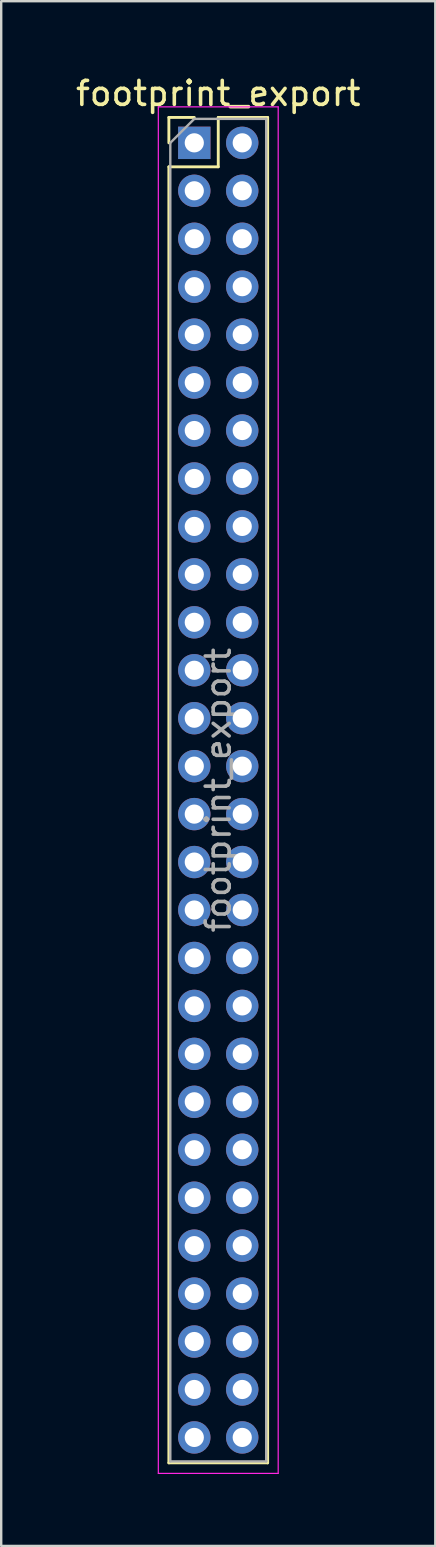
<source format=kicad_pcb>
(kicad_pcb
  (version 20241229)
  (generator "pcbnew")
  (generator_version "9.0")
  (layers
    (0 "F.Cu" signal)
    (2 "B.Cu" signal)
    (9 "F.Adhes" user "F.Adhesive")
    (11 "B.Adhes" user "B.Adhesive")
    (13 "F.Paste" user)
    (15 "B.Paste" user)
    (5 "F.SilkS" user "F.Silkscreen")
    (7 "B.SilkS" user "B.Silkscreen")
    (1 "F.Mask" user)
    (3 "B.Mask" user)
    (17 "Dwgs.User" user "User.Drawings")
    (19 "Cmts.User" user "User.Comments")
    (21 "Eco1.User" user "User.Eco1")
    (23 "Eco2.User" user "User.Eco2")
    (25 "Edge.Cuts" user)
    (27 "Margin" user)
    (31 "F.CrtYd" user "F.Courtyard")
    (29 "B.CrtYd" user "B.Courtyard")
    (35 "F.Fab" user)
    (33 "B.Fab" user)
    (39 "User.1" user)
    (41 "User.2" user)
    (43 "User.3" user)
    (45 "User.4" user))
  (footprint "footprint_export"
    (layer "F.Cu")
    (at 5.054 2.908)
    (property "Reference" "footprint_export" (at 1 -2.06 0) (layer "F.SilkS") (effects (font (size 1 1) (thickness 0.15))))
    (attr through_hole)
    (fp_line (start -1.06 -1.06) (end 0 -1.06) (stroke (width 0.12) (type solid)) (layer "F.SilkS"))
    (fp_line (start -1.06 0) (end -1.06 -1.06) (stroke (width 0.12) (type solid)) (layer "F.SilkS"))
    (fp_line (start -1.06 1) (end -1.06 55.06) (stroke (width 0.12) (type solid)) (layer "F.SilkS"))
    (fp_line (start -1.06 1) (end 1 1) (stroke (width 0.12) (type solid)) (layer "F.SilkS"))
    (fp_line (start -1.06 55.06) (end 3.06 55.06) (stroke (width 0.12) (type solid)) (layer "F.SilkS"))
    (fp_line (start 1 -1.06) (end 3.06 -1.06) (stroke (width 0.12) (type solid)) (layer "F.SilkS"))
    (fp_line (start 1 1) (end 1 -1.06) (stroke (width 0.12) (type solid)) (layer "F.SilkS"))
    (fp_line (start 3.06 -1.06) (end 3.06 55.06) (stroke (width 0.12) (type solid)) (layer "F.SilkS"))
    (fp_line (start -1.5 -1.5) (end -1.5 55.5) (stroke (width 0.05) (type solid)) (layer "F.CrtYd"))
    (fp_line (start -1.5 55.5) (end 3.5 55.5) (stroke (width 0.05) (type solid)) (layer "F.CrtYd"))
    (fp_line (start 3.5 -1.5) (end -1.5 -1.5) (stroke (width 0.05) (type solid)) (layer "F.CrtYd"))
    (fp_line (start 3.5 55.5) (end 3.5 -1.5) (stroke (width 0.05) (type solid)) (layer "F.CrtYd"))
    (fp_line (start -1 0) (end 0 -1) (stroke (width 0.1) (type solid)) (layer "F.Fab"))
    (fp_line (start -1 55) (end -1 0) (stroke (width 0.1) (type solid)) (layer "F.Fab"))
    (fp_line (start 0 -1) (end 3 -1) (stroke (width 0.1) (type solid)) (layer "F.Fab"))
    (fp_line (start 3 -1) (end 3 55) (stroke (width 0.1) (type solid)) (layer "F.Fab"))
    (fp_line (start 3 55) (end -1 55) (stroke (width 0.1) (type solid)) (layer "F.Fab"))
    (fp_text user "${REFERENCE}" (at 1 27 90) (layer "F.Fab") (effects (font (size 1 1) (thickness 0.15))))
    (pad "1" thru_hole rect (at 0 0) (size 1.35 1.35) (drill 0.8) (layers "*.Cu" "*.Mask"))
    (pad "2" thru_hole oval (at 2 0) (size 1.35 1.35) (drill 0.8) (layers "*.Cu" "*.Mask"))
    (pad "3" thru_hole oval (at 0 2) (size 1.35 1.35) (drill 0.8) (layers "*.Cu" "*.Mask"))
    (pad "4" thru_hole oval (at 2 2) (size 1.35 1.35) (drill 0.8) (layers "*.Cu" "*.Mask"))
    (pad "5" thru_hole oval (at 0 4) (size 1.35 1.35) (drill 0.8) (layers "*.Cu" "*.Mask"))
    (pad "6" thru_hole oval (at 2 4) (size 1.35 1.35) (drill 0.8) (layers "*.Cu" "*.Mask"))
    (pad "7" thru_hole oval (at 0 6) (size 1.35 1.35) (drill 0.8) (layers "*.Cu" "*.Mask"))
    (pad "8" thru_hole oval (at 2 6) (size 1.35 1.35) (drill 0.8) (layers "*.Cu" "*.Mask"))
    (pad "9" thru_hole oval (at 0 8) (size 1.35 1.35) (drill 0.8) (layers "*.Cu" "*.Mask"))
    (pad "10" thru_hole oval (at 2 8) (size 1.35 1.35) (drill 0.8) (layers "*.Cu" "*.Mask"))
    (pad "11" thru_hole oval (at 0 10) (size 1.35 1.35) (drill 0.8) (layers "*.Cu" "*.Mask"))
    (pad "12" thru_hole oval (at 2 10) (size 1.35 1.35) (drill 0.8) (layers "*.Cu" "*.Mask"))
    (pad "13" thru_hole oval (at 0 12) (size 1.35 1.35) (drill 0.8) (layers "*.Cu" "*.Mask"))
    (pad "14" thru_hole oval (at 2 12) (size 1.35 1.35) (drill 0.8) (layers "*.Cu" "*.Mask"))
    (pad "15" thru_hole oval (at 0 14) (size 1.35 1.35) (drill 0.8) (layers "*.Cu" "*.Mask"))
    (pad "16" thru_hole oval (at 2 14) (size 1.35 1.35) (drill 0.8) (layers "*.Cu" "*.Mask"))
    (pad "17" thru_hole oval (at 0 16) (size 1.35 1.35) (drill 0.8) (layers "*.Cu" "*.Mask"))
    (pad "18" thru_hole oval (at 2 16) (size 1.35 1.35) (drill 0.8) (layers "*.Cu" "*.Mask"))
    (pad "19" thru_hole oval (at 0 18) (size 1.35 1.35) (drill 0.8) (layers "*.Cu" "*.Mask"))
    (pad "20" thru_hole oval (at 2 18) (size 1.35 1.35) (drill 0.8) (layers "*.Cu" "*.Mask"))
    (pad "21" thru_hole oval (at 0 20) (size 1.35 1.35) (drill 0.8) (layers "*.Cu" "*.Mask"))
    (pad "22" thru_hole oval (at 2 20) (size 1.35 1.35) (drill 0.8) (layers "*.Cu" "*.Mask"))
    (pad "23" thru_hole oval (at 0 22) (size 1.35 1.35) (drill 0.8) (layers "*.Cu" "*.Mask"))
    (pad "24" thru_hole oval (at 2 22) (size 1.35 1.35) (drill 0.8) (layers "*.Cu" "*.Mask"))
    (pad "25" thru_hole oval (at 0 24) (size 1.35 1.35) (drill 0.8) (layers "*.Cu" "*.Mask"))
    (pad "26" thru_hole oval (at 2 24) (size 1.35 1.35) (drill 0.8) (layers "*.Cu" "*.Mask"))
    (pad "27" thru_hole oval (at 0 26) (size 1.35 1.35) (drill 0.8) (layers "*.Cu" "*.Mask"))
    (pad "28" thru_hole oval (at 2 26) (size 1.35 1.35) (drill 0.8) (layers "*.Cu" "*.Mask"))
    (pad "29" thru_hole oval (at 0 28) (size 1.35 1.35) (drill 0.8) (layers "*.Cu" "*.Mask"))
    (pad "30" thru_hole oval (at 2 28) (size 1.35 1.35) (drill 0.8) (layers "*.Cu" "*.Mask"))
    (pad "31" thru_hole oval (at 0 30) (size 1.35 1.35) (drill 0.8) (layers "*.Cu" "*.Mask"))
    (pad "32" thru_hole oval (at 2 30) (size 1.35 1.35) (drill 0.8) (layers "*.Cu" "*.Mask"))
    (pad "33" thru_hole oval (at 0 32) (size 1.35 1.35) (drill 0.8) (layers "*.Cu" "*.Mask"))
    (pad "34" thru_hole oval (at 2 32) (size 1.35 1.35) (drill 0.8) (layers "*.Cu" "*.Mask"))
    (pad "35" thru_hole oval (at 0 34) (size 1.35 1.35) (drill 0.8) (layers "*.Cu" "*.Mask"))
    (pad "36" thru_hole oval (at 2 34) (size 1.35 1.35) (drill 0.8) (layers "*.Cu" "*.Mask"))
    (pad "37" thru_hole oval (at 0 36) (size 1.35 1.35) (drill 0.8) (layers "*.Cu" "*.Mask"))
    (pad "38" thru_hole oval (at 2 36) (size 1.35 1.35) (drill 0.8) (layers "*.Cu" "*.Mask"))
    (pad "39" thru_hole oval (at 0 38) (size 1.35 1.35) (drill 0.8) (layers "*.Cu" "*.Mask"))
    (pad "40" thru_hole oval (at 2 38) (size 1.35 1.35) (drill 0.8) (layers "*.Cu" "*.Mask"))
    (pad "41" thru_hole oval (at 0 40) (size 1.35 1.35) (drill 0.8) (layers "*.Cu" "*.Mask"))
    (pad "42" thru_hole oval (at 2 40) (size 1.35 1.35) (drill 0.8) (layers "*.Cu" "*.Mask"))
    (pad "43" thru_hole oval (at 0 42) (size 1.35 1.35) (drill 0.8) (layers "*.Cu" "*.Mask"))
    (pad "44" thru_hole oval (at 2 42) (size 1.35 1.35) (drill 0.8) (layers "*.Cu" "*.Mask"))
    (pad "45" thru_hole oval (at 0 44) (size 1.35 1.35) (drill 0.8) (layers "*.Cu" "*.Mask"))
    (pad "46" thru_hole oval (at 2 44) (size 1.35 1.35) (drill 0.8) (layers "*.Cu" "*.Mask"))
    (pad "47" thru_hole oval (at 0 46) (size 1.35 1.35) (drill 0.8) (layers "*.Cu" "*.Mask"))
    (pad "48" thru_hole oval (at 2 46) (size 1.35 1.35) (drill 0.8) (layers "*.Cu" "*.Mask"))
    (pad "49" thru_hole oval (at 0 48) (size 1.35 1.35) (drill 0.8) (layers "*.Cu" "*.Mask"))
    (pad "50" thru_hole oval (at 2 48) (size 1.35 1.35) (drill 0.8) (layers "*.Cu" "*.Mask"))
    (pad "51" thru_hole oval (at 0 50) (size 1.35 1.35) (drill 0.8) (layers "*.Cu" "*.Mask"))
    (pad "52" thru_hole oval (at 2 50) (size 1.35 1.35) (drill 0.8) (layers "*.Cu" "*.Mask"))
    (pad "53" thru_hole oval (at 0 52) (size 1.35 1.35) (drill 0.8) (layers "*.Cu" "*.Mask"))
    (pad "54" thru_hole oval (at 2 52) (size 1.35 1.35) (drill 0.8) (layers "*.Cu" "*.Mask"))
    (pad "55" thru_hole oval (at 0 54) (size 1.35 1.35) (drill 0.8) (layers "*.Cu" "*.Mask"))
    (pad "56" thru_hole oval (at 2 54) (size 1.35 1.35) (drill 0.8) (layers "*.Cu" "*.Mask")))
  (gr_rect
    (start -3 -3)
    (end 15.107 61.433)
    (stroke (width 0.1) (type default))
    (fill no)
    (layer "Edge.Cuts")))
</source>
